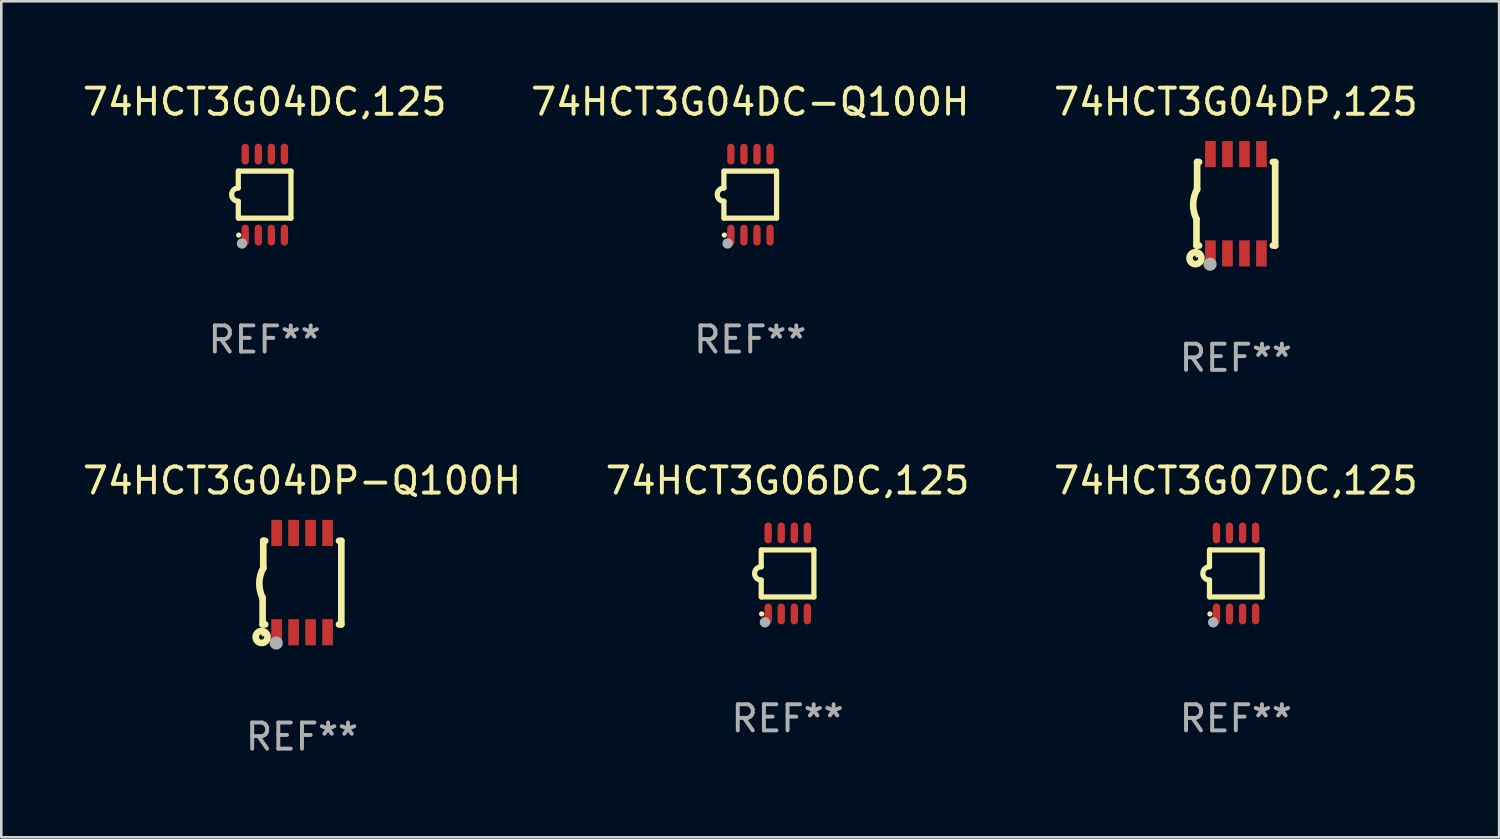
<source format=kicad_pcb>
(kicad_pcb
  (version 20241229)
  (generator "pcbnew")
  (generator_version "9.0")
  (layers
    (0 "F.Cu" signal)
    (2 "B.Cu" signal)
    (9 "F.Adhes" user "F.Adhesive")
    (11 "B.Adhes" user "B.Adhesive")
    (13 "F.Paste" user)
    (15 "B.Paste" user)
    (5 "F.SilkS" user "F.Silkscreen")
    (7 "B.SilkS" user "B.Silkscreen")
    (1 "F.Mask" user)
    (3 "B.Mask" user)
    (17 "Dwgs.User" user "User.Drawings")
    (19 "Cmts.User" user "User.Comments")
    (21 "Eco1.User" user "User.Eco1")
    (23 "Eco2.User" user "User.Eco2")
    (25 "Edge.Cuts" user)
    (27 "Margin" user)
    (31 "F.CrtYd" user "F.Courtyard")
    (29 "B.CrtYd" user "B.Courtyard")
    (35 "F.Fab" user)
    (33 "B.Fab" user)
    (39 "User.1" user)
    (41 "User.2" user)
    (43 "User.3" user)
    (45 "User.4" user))
  (footprint "74HCT3G07DC,125"
    (layer "F.Cu")
    (at 44.244 18.895)
    (property "Reference" "74HCT3G07DC,125" (at 0 -3.55 0) (layer "F.SilkS") (effects (font (size 1 1) (thickness 0.15))))
    (attr through_hole)
    (fp_line (start -1.008 -0.254) (end -1.008 -0.9) (stroke (width 0.2) (type solid)) (layer "F.SilkS"))
    (fp_line (start -1.008 0.254) (end -1.008 0.9) (stroke (width 0.2) (type solid)) (layer "F.SilkS"))
    (fp_line (start -0.992 0.9) (end 1.008 0.9) (stroke (width 0.2) (type solid)) (layer "F.SilkS"))
    (fp_line (start 1.008 -0.9) (end -0.992 -0.9) (stroke (width 0.2) (type solid)) (layer "F.SilkS"))
    (fp_line (start 1.008 0.9) (end 1.008 -0.9) (stroke (width 0.2) (type solid)) (layer "F.SilkS"))
    (fp_arc (start -1.008001 0.254001) (mid -1.262002 0) (end -1.008001 -0.254001) (stroke (width 0.2) (type solid)) (layer "F.SilkS"))
    (fp_circle (center -0.992 1.55) (end -0.942 1.55) (stroke (width 0.1) (type solid)) (fill no) (layer "F.SilkS"))
    (fp_circle (center -0.866 1.87) (end -0.766 1.87) (stroke (width 0.2) (type solid)) (fill no) (layer "F.Fab"))
    (fp_text user "REF**" (at 0 5.55 0) (layer "F.Fab") (effects (font (size 1 1) (thickness 0.15))))
    (pad "1" smd oval (at -0.742 1.55 270) (size 0.8 0.28) (layers "F.Cu" "F.Mask" "F.Paste"))
    (pad "2" smd oval (at -0.242 1.55 270) (size 0.8 0.28) (layers "F.Cu" "F.Mask" "F.Paste"))
    (pad "3" smd oval (at 0.258 1.55 270) (size 0.8 0.28) (layers "F.Cu" "F.Mask" "F.Paste"))
    (pad "4" smd oval (at 0.758 1.55 270) (size 0.8 0.28) (layers "F.Cu" "F.Mask" "F.Paste"))
    (pad "5" smd oval (at 0.758 -1.55 270) (size 0.8 0.28) (layers "F.Cu" "F.Mask" "F.Paste"))
    (pad "6" smd oval (at 0.258 -1.55 270) (size 0.8 0.28) (layers "F.Cu" "F.Mask" "F.Paste"))
    (pad "7" smd oval (at -0.242 -1.55 270) (size 0.8 0.28) (layers "F.Cu" "F.Mask" "F.Paste"))
    (pad "8" smd oval (at -0.742 -1.55 270) (size 0.8 0.28) (layers "F.Cu" "F.Mask" "F.Paste")))
  (footprint "74HCT3G04DP-Q100H"
    (layer "F.Cu")
    (at 8.506 19.245)
    (property "Reference" "74HCT3G04DP-Q100H" (at 0 -3.9 0) (layer "F.SilkS") (effects (font (size 1 1) (thickness 0.15))))
    (attr through_hole)
    (fp_line (start -1.506 1.6) (end -1.506 0.584) (stroke (width 0.254) (type solid)) (layer "F.SilkS"))
    (fp_line (start -1.506 1.6) (end -1.407 1.6) (stroke (width 0.254) (type solid)) (layer "F.SilkS"))
    (fp_line (start -1.481 -1.599) (end -1.481 -0.549) (stroke (width 0.254) (type solid)) (layer "F.SilkS"))
    (fp_line (start -1.481 -1.599) (end -1.407 -1.599) (stroke (width 0.254) (type solid)) (layer "F.SilkS"))
    (fp_line (start 1.417 -1.599) (end 1.506 -1.599) (stroke (width 0.254) (type solid)) (layer "F.SilkS"))
    (fp_line (start 1.417 1.6) (end 1.506 1.6) (stroke (width 0.254) (type solid)) (layer "F.SilkS"))
    (fp_line (start 1.506 1.603) (end 1.506 -1.595) (stroke (width 0.254) (type solid)) (layer "F.SilkS"))
    (fp_arc (start -1.506223 0.584328) (mid -1.632455 0.00974) (end -1.480823 -0.558674) (stroke (width 0.254001) (type solid)) (layer "F.SilkS"))
    (fp_circle (center -1.544 2.083) (end -1.443 2.083) (stroke (width 0.254) (type solid)) (fill no) (layer "F.SilkS"))
    (fp_circle (center -1.495 2) (end -1.465 2) (stroke (width 0.06) (type solid)) (fill no) (layer "F.SilkS"))
    (fp_circle (center -0.986 2.312) (end -0.859 2.312) (stroke (width 0.254) (type solid)) (fill no) (layer "F.Fab"))
    (fp_text user "REF**" (at 0 5.9 0) (layer "F.Fab") (effects (font (size 1 1) (thickness 0.15))))
    (pad "1" smd rect (at -0.97 1.9 90) (size 1 0.406) (layers "F.Cu" "F.Mask" "F.Paste"))
    (pad "2" smd rect (at -0.32 1.9 90) (size 1 0.406) (layers "F.Cu" "F.Mask" "F.Paste"))
    (pad "3" smd rect (at 0.33 1.9 90) (size 1 0.406) (layers "F.Cu" "F.Mask" "F.Paste"))
    (pad "4" smd rect (at 0.98 1.9 90) (size 1 0.406) (layers "F.Cu" "F.Mask" "F.Paste"))
    (pad "5" smd rect (at 0.98 -1.9 90) (size 1 0.406) (layers "F.Cu" "F.Mask" "F.Paste"))
    (pad "6" smd rect (at 0.33 -1.9 90) (size 1 0.406) (layers "F.Cu" "F.Mask" "F.Paste"))
    (pad "7" smd rect (at -0.32 -1.9 90) (size 1 0.406) (layers "F.Cu" "F.Mask" "F.Paste"))
    (pad "8" smd rect (at -0.97 -1.9 90) (size 1 0.406) (layers "F.Cu" "F.Mask" "F.Paste")))
  (footprint "74HCT3G04DC-Q100H"
    (layer "F.Cu")
    (at 25.661 4.398)
    (property "Reference" "74HCT3G04DC-Q100H" (at 0 -3.55 0) (layer "F.SilkS") (effects (font (size 1 1) (thickness 0.15))))
    (attr through_hole)
    (fp_line (start -1.008 -0.254) (end -1.008 -0.9) (stroke (width 0.2) (type solid)) (layer "F.SilkS"))
    (fp_line (start -1.008 0.254) (end -1.008 0.9) (stroke (width 0.2) (type solid)) (layer "F.SilkS"))
    (fp_line (start -0.992 0.9) (end 1.008 0.9) (stroke (width 0.2) (type solid)) (layer "F.SilkS"))
    (fp_line (start 1.008 -0.9) (end -0.992 -0.9) (stroke (width 0.2) (type solid)) (layer "F.SilkS"))
    (fp_line (start 1.008 0.9) (end 1.008 -0.9) (stroke (width 0.2) (type solid)) (layer "F.SilkS"))
    (fp_arc (start -1.008001 0.254001) (mid -1.262002 0) (end -1.008001 -0.254001) (stroke (width 0.2) (type solid)) (layer "F.SilkS"))
    (fp_circle (center -0.992 1.55) (end -0.942 1.55) (stroke (width 0.1) (type solid)) (fill no) (layer "F.SilkS"))
    (fp_circle (center -0.866 1.87) (end -0.766 1.87) (stroke (width 0.2) (type solid)) (fill no) (layer "F.Fab"))
    (fp_text user "REF**" (at 0 5.55 0) (layer "F.Fab") (effects (font (size 1 1) (thickness 0.15))))
    (pad "1" smd oval (at -0.742 1.55 270) (size 0.8 0.28) (layers "F.Cu" "F.Mask" "F.Paste"))
    (pad "2" smd oval (at -0.242 1.55 270) (size 0.8 0.28) (layers "F.Cu" "F.Mask" "F.Paste"))
    (pad "3" smd oval (at 0.258 1.55 270) (size 0.8 0.28) (layers "F.Cu" "F.Mask" "F.Paste"))
    (pad "4" smd oval (at 0.758 1.55 270) (size 0.8 0.28) (layers "F.Cu" "F.Mask" "F.Paste"))
    (pad "5" smd oval (at 0.758 -1.55 270) (size 0.8 0.28) (layers "F.Cu" "F.Mask" "F.Paste"))
    (pad "6" smd oval (at 0.258 -1.55 270) (size 0.8 0.28) (layers "F.Cu" "F.Mask" "F.Paste"))
    (pad "7" smd oval (at -0.242 -1.55 270) (size 0.8 0.28) (layers "F.Cu" "F.Mask" "F.Paste"))
    (pad "8" smd oval (at -0.742 -1.55 270) (size 0.8 0.28) (layers "F.Cu" "F.Mask" "F.Paste")))
  (footprint "74HCT3G04DP,125"
    (layer "F.Cu")
    (at 44.244 4.748)
    (property "Reference" "74HCT3G04DP,125" (at 0 -3.9 0) (layer "F.SilkS") (effects (font (size 1 1) (thickness 0.15))))
    (attr through_hole)
    (fp_line (start -1.506 1.6) (end -1.506 0.584) (stroke (width 0.254) (type solid)) (layer "F.SilkS"))
    (fp_line (start -1.506 1.6) (end -1.407 1.6) (stroke (width 0.254) (type solid)) (layer "F.SilkS"))
    (fp_line (start -1.481 -1.599) (end -1.481 -0.549) (stroke (width 0.254) (type solid)) (layer "F.SilkS"))
    (fp_line (start -1.481 -1.599) (end -1.407 -1.599) (stroke (width 0.254) (type solid)) (layer "F.SilkS"))
    (fp_line (start 1.417 -1.599) (end 1.506 -1.599) (stroke (width 0.254) (type solid)) (layer "F.SilkS"))
    (fp_line (start 1.417 1.6) (end 1.506 1.6) (stroke (width 0.254) (type solid)) (layer "F.SilkS"))
    (fp_line (start 1.506 1.603) (end 1.506 -1.595) (stroke (width 0.254) (type solid)) (layer "F.SilkS"))
    (fp_arc (start -1.506223 0.584328) (mid -1.632455 0.00974) (end -1.480823 -0.558674) (stroke (width 0.254001) (type solid)) (layer "F.SilkS"))
    (fp_circle (center -1.544 2.083) (end -1.443 2.083) (stroke (width 0.254) (type solid)) (fill no) (layer "F.SilkS"))
    (fp_circle (center -1.495 2) (end -1.465 2) (stroke (width 0.06) (type solid)) (fill no) (layer "F.SilkS"))
    (fp_circle (center -0.986 2.312) (end -0.859 2.312) (stroke (width 0.254) (type solid)) (fill no) (layer "F.Fab"))
    (fp_text user "REF**" (at 0 5.9 0) (layer "F.Fab") (effects (font (size 1 1) (thickness 0.15))))
    (pad "1" smd rect (at -0.97 1.9 90) (size 1 0.406) (layers "F.Cu" "F.Mask" "F.Paste"))
    (pad "2" smd rect (at -0.32 1.9 90) (size 1 0.406) (layers "F.Cu" "F.Mask" "F.Paste"))
    (pad "3" smd rect (at 0.33 1.9 90) (size 1 0.406) (layers "F.Cu" "F.Mask" "F.Paste"))
    (pad "4" smd rect (at 0.98 1.9 90) (size 1 0.406) (layers "F.Cu" "F.Mask" "F.Paste"))
    (pad "5" smd rect (at 0.98 -1.9 90) (size 1 0.406) (layers "F.Cu" "F.Mask" "F.Paste"))
    (pad "6" smd rect (at 0.33 -1.9 90) (size 1 0.406) (layers "F.Cu" "F.Mask" "F.Paste"))
    (pad "7" smd rect (at -0.32 -1.9 90) (size 1 0.406) (layers "F.Cu" "F.Mask" "F.Paste"))
    (pad "8" smd rect (at -0.97 -1.9 90) (size 1 0.406) (layers "F.Cu" "F.Mask" "F.Paste")))
  (footprint "74HCT3G04DC,125"
    (layer "F.Cu")
    (at 7.077 4.398)
    (property "Reference" "74HCT3G04DC,125" (at 0 -3.55 0) (layer "F.SilkS") (effects (font (size 1 1) (thickness 0.15))))
    (attr through_hole)
    (fp_line (start -1.008 -0.254) (end -1.008 -0.9) (stroke (width 0.2) (type solid)) (layer "F.SilkS"))
    (fp_line (start -1.008 0.254) (end -1.008 0.9) (stroke (width 0.2) (type solid)) (layer "F.SilkS"))
    (fp_line (start -0.992 0.9) (end 1.008 0.9) (stroke (width 0.2) (type solid)) (layer "F.SilkS"))
    (fp_line (start 1.008 -0.9) (end -0.992 -0.9) (stroke (width 0.2) (type solid)) (layer "F.SilkS"))
    (fp_line (start 1.008 0.9) (end 1.008 -0.9) (stroke (width 0.2) (type solid)) (layer "F.SilkS"))
    (fp_arc (start -1.008001 0.254001) (mid -1.262002 0) (end -1.008001 -0.254001) (stroke (width 0.2) (type solid)) (layer "F.SilkS"))
    (fp_circle (center -0.992 1.55) (end -0.942 1.55) (stroke (width 0.1) (type solid)) (fill no) (layer "F.SilkS"))
    (fp_circle (center -0.866 1.87) (end -0.766 1.87) (stroke (width 0.2) (type solid)) (fill no) (layer "F.Fab"))
    (fp_text user "REF**" (at 0 5.55 0) (layer "F.Fab") (effects (font (size 1 1) (thickness 0.15))))
    (pad "1" smd oval (at -0.742 1.55 270) (size 0.8 0.28) (layers "F.Cu" "F.Mask" "F.Paste"))
    (pad "2" smd oval (at -0.242 1.55 270) (size 0.8 0.28) (layers "F.Cu" "F.Mask" "F.Paste"))
    (pad "3" smd oval (at 0.258 1.55 270) (size 0.8 0.28) (layers "F.Cu" "F.Mask" "F.Paste"))
    (pad "4" smd oval (at 0.758 1.55 270) (size 0.8 0.28) (layers "F.Cu" "F.Mask" "F.Paste"))
    (pad "5" smd oval (at 0.758 -1.55 270) (size 0.8 0.28) (layers "F.Cu" "F.Mask" "F.Paste"))
    (pad "6" smd oval (at 0.258 -1.55 270) (size 0.8 0.28) (layers "F.Cu" "F.Mask" "F.Paste"))
    (pad "7" smd oval (at -0.242 -1.55 270) (size 0.8 0.28) (layers "F.Cu" "F.Mask" "F.Paste"))
    (pad "8" smd oval (at -0.742 -1.55 270) (size 0.8 0.28) (layers "F.Cu" "F.Mask" "F.Paste")))
  (footprint "74HCT3G06DC,125"
    (layer "F.Cu")
    (at 27.089 18.895)
    (property "Reference" "74HCT3G06DC,125" (at 0 -3.55 0) (layer "F.SilkS") (effects (font (size 1 1) (thickness 0.15))))
    (attr through_hole)
    (fp_line (start -1.008 -0.254) (end -1.008 -0.9) (stroke (width 0.2) (type solid)) (layer "F.SilkS"))
    (fp_line (start -1.008 0.254) (end -1.008 0.9) (stroke (width 0.2) (type solid)) (layer "F.SilkS"))
    (fp_line (start -0.992 0.9) (end 1.008 0.9) (stroke (width 0.2) (type solid)) (layer "F.SilkS"))
    (fp_line (start 1.008 -0.9) (end -0.992 -0.9) (stroke (width 0.2) (type solid)) (layer "F.SilkS"))
    (fp_line (start 1.008 0.9) (end 1.008 -0.9) (stroke (width 0.2) (type solid)) (layer "F.SilkS"))
    (fp_arc (start -1.008001 0.254001) (mid -1.262002 0) (end -1.008001 -0.254001) (stroke (width 0.2) (type solid)) (layer "F.SilkS"))
    (fp_circle (center -0.992 1.55) (end -0.942 1.55) (stroke (width 0.1) (type solid)) (fill no) (layer "F.SilkS"))
    (fp_circle (center -0.866 1.87) (end -0.766 1.87) (stroke (width 0.2) (type solid)) (fill no) (layer "F.Fab"))
    (fp_text user "REF**" (at 0 5.55 0) (layer "F.Fab") (effects (font (size 1 1) (thickness 0.15))))
    (pad "1" smd oval (at -0.742 1.55 270) (size 0.8 0.28) (layers "F.Cu" "F.Mask" "F.Paste"))
    (pad "2" smd oval (at -0.242 1.55 270) (size 0.8 0.28) (layers "F.Cu" "F.Mask" "F.Paste"))
    (pad "3" smd oval (at 0.258 1.55 270) (size 0.8 0.28) (layers "F.Cu" "F.Mask" "F.Paste"))
    (pad "4" smd oval (at 0.758 1.55 270) (size 0.8 0.28) (layers "F.Cu" "F.Mask" "F.Paste"))
    (pad "5" smd oval (at 0.758 -1.55 270) (size 0.8 0.28) (layers "F.Cu" "F.Mask" "F.Paste"))
    (pad "6" smd oval (at 0.258 -1.55 270) (size 0.8 0.28) (layers "F.Cu" "F.Mask" "F.Paste"))
    (pad "7" smd oval (at -0.242 -1.55 270) (size 0.8 0.28) (layers "F.Cu" "F.Mask" "F.Paste"))
    (pad "8" smd oval (at -0.742 -1.55 270) (size 0.8 0.28) (layers "F.Cu" "F.Mask" "F.Paste")))
  (gr_rect
    (start -3 -3)
    (end 54.321 28.993)
    (stroke (width 0.1) (type default))
    (fill no)
    (layer "Edge.Cuts")))
</source>
